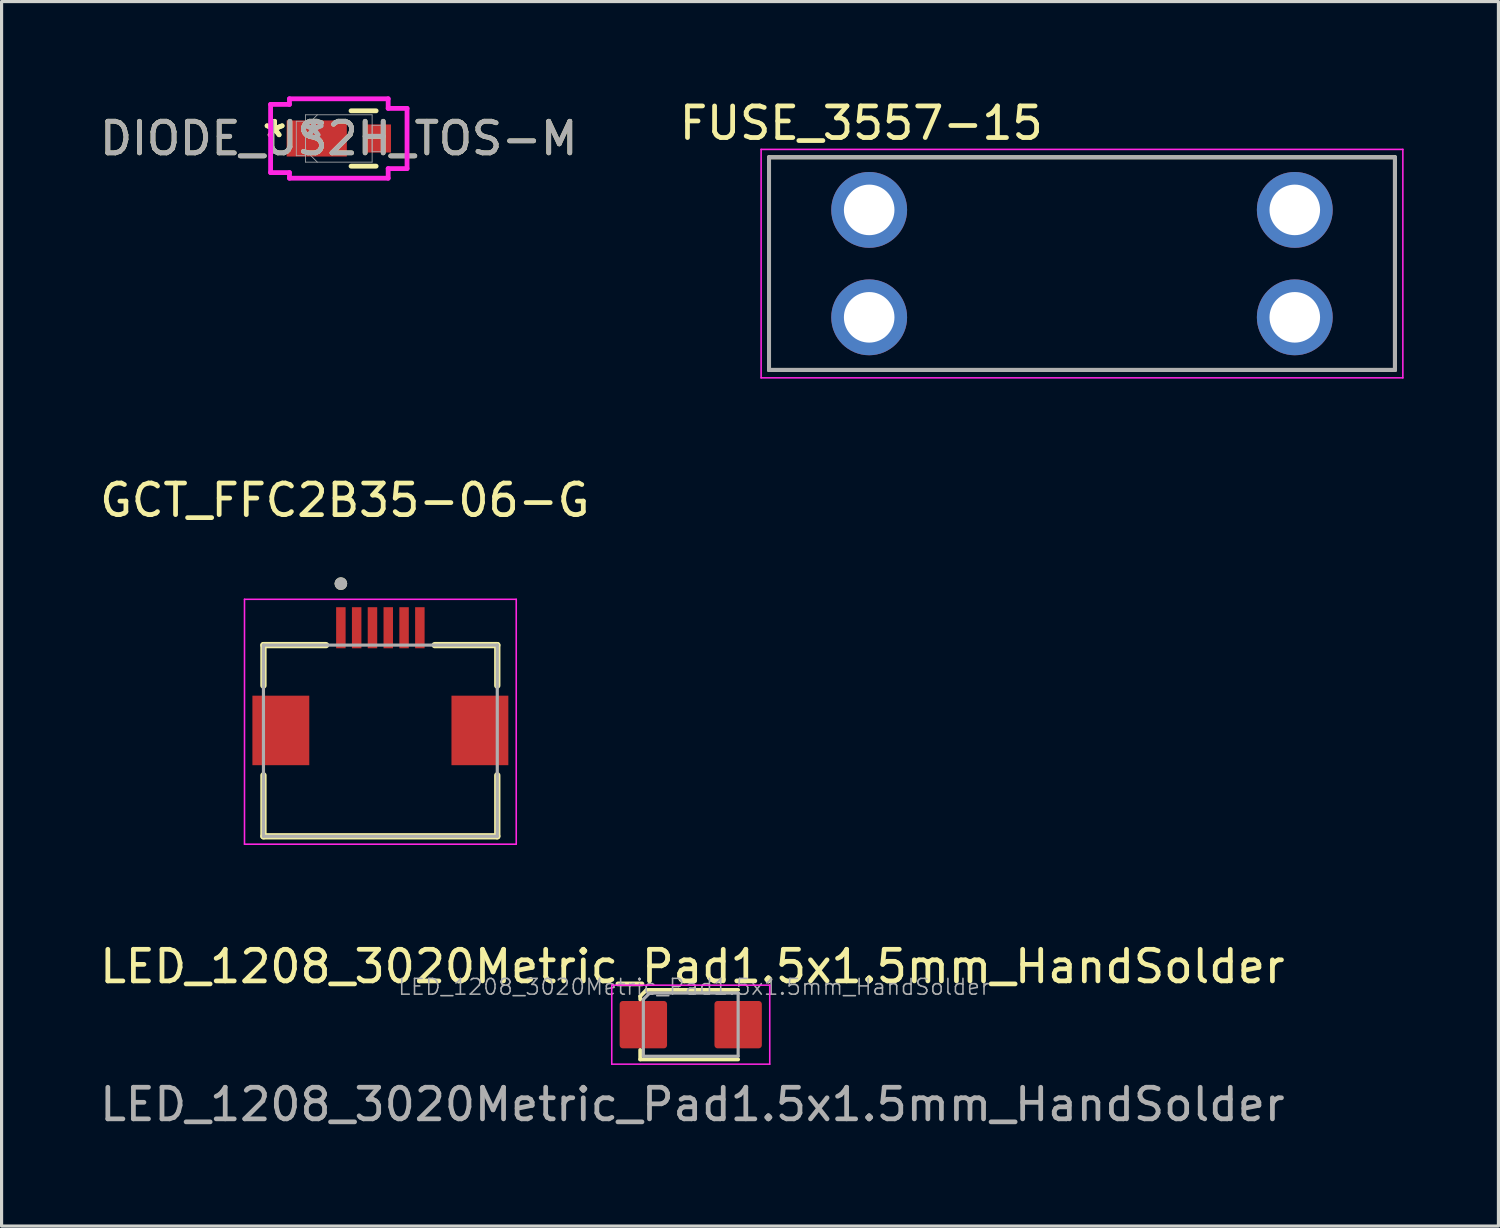
<source format=kicad_pcb>
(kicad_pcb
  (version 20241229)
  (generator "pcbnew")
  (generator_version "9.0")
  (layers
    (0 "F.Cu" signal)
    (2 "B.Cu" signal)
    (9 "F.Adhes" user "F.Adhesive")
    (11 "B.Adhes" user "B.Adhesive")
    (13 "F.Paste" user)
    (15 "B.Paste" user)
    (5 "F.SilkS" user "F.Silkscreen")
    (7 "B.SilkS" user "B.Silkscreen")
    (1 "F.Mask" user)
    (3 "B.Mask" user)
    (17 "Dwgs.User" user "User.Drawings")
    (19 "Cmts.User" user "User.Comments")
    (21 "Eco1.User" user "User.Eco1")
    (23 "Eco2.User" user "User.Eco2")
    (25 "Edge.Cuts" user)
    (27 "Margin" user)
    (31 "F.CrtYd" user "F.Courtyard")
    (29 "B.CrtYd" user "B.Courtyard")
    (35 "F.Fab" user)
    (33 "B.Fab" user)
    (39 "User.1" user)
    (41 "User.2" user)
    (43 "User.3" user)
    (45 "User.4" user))
  (footprint "DIODE_US2H_TOS-M"
    (layer "F.Cu")
    (at 7.673 1.333)
    (property "Reference" "DIODE_US2H_TOS-M" (at 0 0 0) (unlocked yes) (layer "F.SilkS") (effects (font (size 1 1) (thickness 0.15))))
    (attr smd)
    (fp_line (start 0.387 0.876) (end 1.181 0.876) (stroke (width 0.152) (type solid)) (layer "F.SilkS"))
    (fp_line (start 1.181 -0.876) (end 0.387 -0.876) (stroke (width 0.152) (type solid)) (layer "F.SilkS"))
    (fp_line (start -2.159 -1.079) (end -1.562 -1.079) (stroke (width 0.152) (type solid)) (layer "F.CrtYd"))
    (fp_line (start -2.159 1.079) (end -2.159 -1.079) (stroke (width 0.152) (type solid)) (layer "F.CrtYd"))
    (fp_line (start -1.562 -1.257) (end 1.562 -1.257) (stroke (width 0.152) (type solid)) (layer "F.CrtYd"))
    (fp_line (start -1.562 -1.079) (end -1.562 -1.257) (stroke (width 0.152) (type solid)) (layer "F.CrtYd"))
    (fp_line (start -1.562 1.079) (end -2.159 1.079) (stroke (width 0.152) (type solid)) (layer "F.CrtYd"))
    (fp_line (start -1.562 1.257) (end -1.562 1.079) (stroke (width 0.152) (type solid)) (layer "F.CrtYd"))
    (fp_line (start 1.562 -1.257) (end 1.562 -0.953) (stroke (width 0.152) (type solid)) (layer "F.CrtYd"))
    (fp_line (start 1.562 -0.953) (end 2.159 -0.953) (stroke (width 0.152) (type solid)) (layer "F.CrtYd"))
    (fp_line (start 1.562 0.953) (end 1.562 1.257) (stroke (width 0.152) (type solid)) (layer "F.CrtYd"))
    (fp_line (start 1.562 1.257) (end -1.562 1.257) (stroke (width 0.152) (type solid)) (layer "F.CrtYd"))
    (fp_line (start 2.159 -0.953) (end 2.159 0.953) (stroke (width 0.152) (type solid)) (layer "F.CrtYd"))
    (fp_line (start 2.159 0.953) (end 1.562 0.953) (stroke (width 0.152) (type solid)) (layer "F.CrtYd"))
    (fp_line (start -1.346 -0.546) (end -1.346 0.546) (stroke (width 0.025) (type solid)) (layer "F.Fab"))
    (fp_line (start -1.346 0.546) (end -1.054 0.546) (stroke (width 0.025) (type solid)) (layer "F.Fab"))
    (fp_line (start -1.054 -0.749) (end -1.054 0.749) (stroke (width 0.025) (type solid)) (layer "F.Fab"))
    (fp_line (start -1.054 -0.546) (end -1.346 -0.546) (stroke (width 0.025) (type solid)) (layer "F.Fab"))
    (fp_line (start -1.054 -0.375) (end -0.679 -0.749) (stroke (width 0.025) (type solid)) (layer "F.Fab"))
    (fp_line (start -1.054 0.375) (end -0.679 0.749) (stroke (width 0.025) (type solid)) (layer "F.Fab"))
    (fp_line (start -1.054 0.546) (end -1.054 -0.546) (stroke (width 0.025) (type solid)) (layer "F.Fab"))
    (fp_line (start -1.054 0.749) (end 1.054 0.749) (stroke (width 0.025) (type solid)) (layer "F.Fab"))
    (fp_line (start 1.054 -0.749) (end -1.054 -0.749) (stroke (width 0.025) (type solid)) (layer "F.Fab"))
    (fp_line (start 1.054 -0.419) (end 1.054 0.419) (stroke (width 0.025) (type solid)) (layer "F.Fab"))
    (fp_line (start 1.054 0.419) (end 1.346 0.419) (stroke (width 0.025) (type solid)) (layer "F.Fab"))
    (fp_line (start 1.054 0.749) (end 1.054 -0.749) (stroke (width 0.025) (type solid)) (layer "F.Fab"))
    (fp_line (start 1.346 -0.419) (end 1.054 -0.419) (stroke (width 0.025) (type solid)) (layer "F.Fab"))
    (fp_line (start 1.346 0.419) (end 1.346 -0.419) (stroke (width 0.025) (type solid)) (layer "F.Fab"))
    (fp_text user "*" (at -2.032 0 0) (layer "F.SilkS") (effects (font (size 1 1) (thickness 0.15))))
    (fp_text user "*" (at -2.032 0 0) (unlocked yes) (layer "F.SilkS") (effects (font (size 1 1) (thickness 0.15))))
    (fp_text user "${REFERENCE}" (at 0 0 0) (unlocked yes) (layer "F.Fab") (effects (font (size 1 1) (thickness 0.15))))
    (fp_text user "*" (at -0.8 0 0) (unlocked yes) (layer "F.Fab") (effects (font (size 1 1) (thickness 0.15))))
    (fp_text user "*" (at -0.8 0 0) (layer "F.Fab") (effects (font (size 1 1) (thickness 0.15))))
    (pad "1" smd rect (at -0.699 0) (size 1.905 1.143) (layers "F.Cu" "F.Mask" "F.Paste"))
    (pad "2" smd rect (at 1.245 0) (size 0.813 0.889) (layers "F.Cu" "F.Mask" "F.Paste"))
    (zone (net_name "") (layer "F.Cu") (hatch full 0.508) (connect_pads) (min_thickness 0.254) (filled_areas_thickness no) (keepout (tracks not_allowed) (vias not_allowed) (pads allowed) (copperpour not_allowed) (footprints allowed)) (placement (enabled no)) (fill) (polygon (pts (xy 7.977 0.635) (xy 8.46 0.635) (xy 8.46 2.032) (xy 7.977 2.032)))))
  (footprint "LED_1208_3020Metric_Pad1.5x1.5mm_HandSolder"
    (layer "F.Cu")
    (at 18.863 29.419)
    (property "Reference" "LED_1208_3020Metric_Pad1.5x1.5mm_HandSolder" (at 0 -1.88 0) (unlocked yes) (layer "F.SilkS") (effects (font (size 1 1) (thickness 0.15))))
    (attr smd)
    (fp_line (start -1.652 -0.94) (end -1.652 -0.84) (stroke (width 0.12) (type solid)) (layer "F.SilkS"))
    (fp_line (start -1.652 -0.94) (end -1.452 -1.14) (stroke (width 0.12) (type solid)) (layer "F.SilkS"))
    (fp_line (start -1.652 0.76) (end -1.652 1.06) (stroke (width 0.12) (type solid)) (layer "F.SilkS"))
    (fp_line (start -1.652 1.06) (end 1.448 1.06) (stroke (width 0.12) (type solid)) (layer "F.SilkS"))
    (fp_line (start -1.452 -1.14) (end 1.448 -1.14) (stroke (width 0.12) (type solid)) (layer "F.SilkS"))
    (fp_line (start -2.552 -1.29) (end 2.448 -1.29) (stroke (width 0.05) (type solid)) (layer "F.CrtYd"))
    (fp_line (start -2.552 1.21) (end -2.552 -1.29) (stroke (width 0.05) (type solid)) (layer "F.CrtYd"))
    (fp_line (start 2.448 -1.29) (end 2.448 1.21) (stroke (width 0.05) (type solid)) (layer "F.CrtYd"))
    (fp_line (start 2.448 1.21) (end -2.552 1.21) (stroke (width 0.05) (type solid)) (layer "F.CrtYd"))
    (fp_line (start -1.552 -0.84) (end -1.552 0.96) (stroke (width 0.1) (type solid)) (layer "F.Fab"))
    (fp_line (start -1.552 -0.84) (end -1.352 -1.04) (stroke (width 0.1) (type solid)) (layer "F.Fab"))
    (fp_line (start -1.552 0.96) (end 1.448 0.96) (stroke (width 0.1) (type solid)) (layer "F.Fab"))
    (fp_line (start 1.448 -1.04) (end -1.352 -1.04) (stroke (width 0.1) (type solid)) (layer "F.Fab"))
    (fp_line (start 1.448 0.96) (end 1.448 -1.04) (stroke (width 0.1) (type solid)) (layer "F.Fab"))
    (fp_text user "${REFERENCE}" (at 0 2.486 0) (unlocked yes) (layer "F.Fab") (effects (font (size 1 1) (thickness 0.15))))
    (fp_text user "${REFERENCE}" (at 0.051 -1.234 0) (layer "F.Fab") (effects (font (size 0.5 0.5) (thickness 0.05))))
    (pad "1" smd roundrect (at -1.552 -0.04 90) (size 1.5 1.5) (layers "F.Cu" "F.Mask" "F.Paste") (roundrect_rratio 0.067))
    (pad "2" smd roundrect (at 1.448 -0.04 90) (size 1.5 1.5) (layers "F.Cu" "F.Mask" "F.Paste") (roundrect_rratio 0.067)))
  (footprint "FUSE_3557-15"
    (layer "F.Cu")
    (at 31.193 5.293)
    (property "Reference" "FUSE_3557-15" (at -6.985 -4.445 0) (layer "F.SilkS") (effects (font (size 1 1) (thickness 0.15))))
    (attr through_hole)
    (fp_line (start -9.905 -3.365) (end -9.905 3.365) (stroke (width 0.127) (type solid)) (layer "F.SilkS"))
    (fp_line (start -9.905 3.365) (end 9.905 3.365) (stroke (width 0.127) (type solid)) (layer "F.SilkS"))
    (fp_line (start 9.905 -3.365) (end -9.905 -3.365) (stroke (width 0.127) (type solid)) (layer "F.SilkS"))
    (fp_line (start 9.905 3.365) (end 9.905 -3.365) (stroke (width 0.127) (type solid)) (layer "F.SilkS"))
    (fp_line (start -10.155 -3.615) (end 10.155 -3.615) (stroke (width 0.05) (type solid)) (layer "F.CrtYd"))
    (fp_line (start -10.155 3.615) (end -10.155 -3.615) (stroke (width 0.05) (type solid)) (layer "F.CrtYd"))
    (fp_line (start 10.155 -3.615) (end 10.155 3.615) (stroke (width 0.05) (type solid)) (layer "F.CrtYd"))
    (fp_line (start 10.155 3.615) (end -10.155 3.615) (stroke (width 0.05) (type solid)) (layer "F.CrtYd"))
    (fp_line (start -9.905 -3.365) (end -9.905 3.365) (stroke (width 0.127) (type solid)) (layer "F.Fab"))
    (fp_line (start -9.905 3.365) (end 9.905 3.365) (stroke (width 0.127) (type solid)) (layer "F.Fab"))
    (fp_line (start 9.905 -3.365) (end -9.905 -3.365) (stroke (width 0.127) (type solid)) (layer "F.Fab"))
    (fp_line (start 9.905 3.365) (end 9.905 -3.365) (stroke (width 0.127) (type solid)) (layer "F.Fab"))
    (pad "1" thru_hole circle (at -6.735 -1.7) (size 2.4 2.4) (drill 1.6) (layers "*.Cu" "*.Mask"))
    (pad "1" thru_hole circle (at -6.735 1.7) (size 2.4 2.4) (drill 1.6) (layers "*.Cu" "*.Mask"))
    (pad "2" thru_hole circle (at 6.735 -1.7) (size 2.4 2.4) (drill 1.6) (layers "*.Cu" "*.Mask"))
    (pad "2" thru_hole circle (at 6.735 1.7) (size 2.4 2.4) (drill 1.6) (layers "*.Cu" "*.Mask")))
  (footprint "GCT_FFC2B35-06-G"
    (layer "F.Cu")
    (at 8.988 20.067)
    (property "Reference" "GCT_FFC2B35-06-G" (at -1.125 -7.285 0) (layer "F.SilkS") (effects (font (size 1 1) (thickness 0.15))))
    (attr smd)
    (fp_line (start -3.7 -2.7) (end -1.72 -2.7) (stroke (width 0.2) (type solid)) (layer "F.SilkS"))
    (fp_line (start -3.7 -1.42) (end -3.7 -2.7) (stroke (width 0.2) (type solid)) (layer "F.SilkS"))
    (fp_line (start -3.7 3.35) (end -3.7 1.42) (stroke (width 0.2) (type solid)) (layer "F.SilkS"))
    (fp_line (start 1.72 -2.7) (end 3.7 -2.7) (stroke (width 0.2) (type solid)) (layer "F.SilkS"))
    (fp_line (start 3.7 -2.7) (end 3.7 -1.42) (stroke (width 0.2) (type solid)) (layer "F.SilkS"))
    (fp_line (start 3.7 3.35) (end -3.7 3.35) (stroke (width 0.2) (type solid)) (layer "F.SilkS"))
    (fp_line (start 3.7 3.35) (end 3.7 1.42) (stroke (width 0.2) (type solid)) (layer "F.SilkS"))
    (fp_circle (center -1.25 -4.646) (end -1.15 -4.646) (stroke (width 0.2) (type solid)) (fill no) (layer "F.SilkS"))
    (fp_line (start -4.3 -4.15) (end -4.3 3.6) (stroke (width 0.05) (type solid)) (layer "F.CrtYd"))
    (fp_line (start -4.3 3.6) (end 4.3 3.6) (stroke (width 0.05) (type solid)) (layer "F.CrtYd"))
    (fp_line (start 4.3 -4.15) (end -4.3 -4.15) (stroke (width 0.05) (type solid)) (layer "F.CrtYd"))
    (fp_line (start 4.3 3.6) (end 4.3 -4.15) (stroke (width 0.05) (type solid)) (layer "F.CrtYd"))
    (fp_line (start -3.7 -2.7) (end 3.7 -2.7) (stroke (width 0.1) (type solid)) (layer "F.Fab"))
    (fp_line (start -3.7 3.35) (end -3.7 -2.7) (stroke (width 0.1) (type solid)) (layer "F.Fab"))
    (fp_line (start 3.7 -2.7) (end 3.7 3.35) (stroke (width 0.1) (type solid)) (layer "F.Fab"))
    (fp_line (start 3.7 3.35) (end -3.7 3.35) (stroke (width 0.1) (type solid)) (layer "F.Fab"))
    (fp_circle (center -1.25 -4.646) (end -1.15 -4.646) (stroke (width 0.2) (type solid)) (fill no) (layer "F.Fab"))
    (pad "1" smd rect (at -1.25 -3.25) (size 0.3 1.3) (layers "F.Cu" "F.Mask" "F.Paste"))
    (pad "2" smd rect (at -0.75 -3.25) (size 0.3 1.3) (layers "F.Cu" "F.Mask" "F.Paste"))
    (pad "3" smd rect (at -0.25 -3.25) (size 0.3 1.3) (layers "F.Cu" "F.Mask" "F.Paste"))
    (pad "4" smd rect (at 0.25 -3.25) (size 0.3 1.3) (layers "F.Cu" "F.Mask" "F.Paste"))
    (pad "5" smd rect (at 0.75 -3.25) (size 0.3 1.3) (layers "F.Cu" "F.Mask" "F.Paste"))
    (pad "6" smd rect (at 1.25 -3.25) (size 0.3 1.3) (layers "F.Cu" "F.Mask" "F.Paste"))
    (pad "S1" smd rect (at -3.15 0) (size 1.8 2.2) (layers "F.Cu" "F.Mask" "F.Paste"))
    (pad "S2" smd rect (at 3.15 0) (size 1.8 2.2) (layers "F.Cu" "F.Mask" "F.Paste")))
  (gr_rect
    (start -3 -3)
    (end 44.373 35.753)
    (stroke (width 0.1) (type default))
    (fill no)
    (layer "Edge.Cuts")))
</source>
